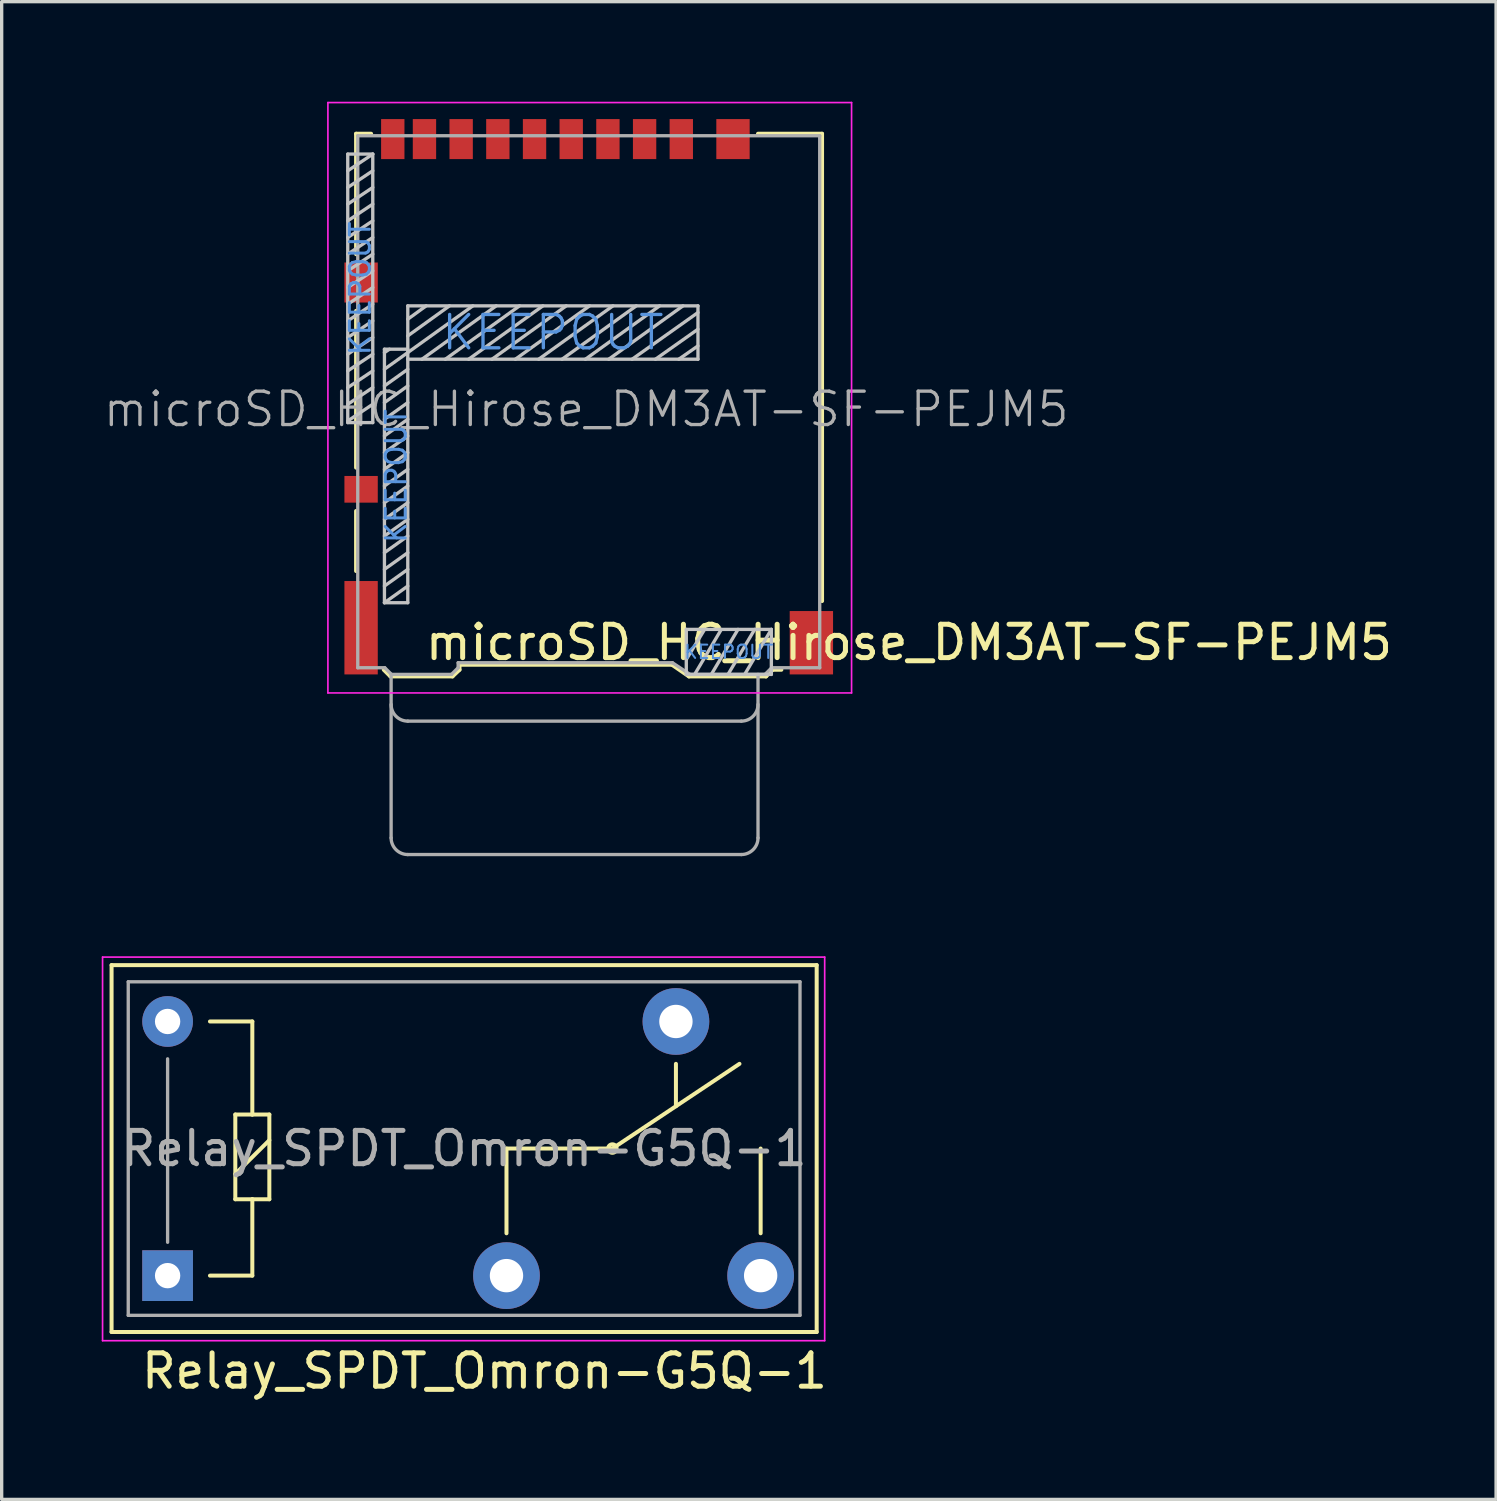
<source format=kicad_pcb>
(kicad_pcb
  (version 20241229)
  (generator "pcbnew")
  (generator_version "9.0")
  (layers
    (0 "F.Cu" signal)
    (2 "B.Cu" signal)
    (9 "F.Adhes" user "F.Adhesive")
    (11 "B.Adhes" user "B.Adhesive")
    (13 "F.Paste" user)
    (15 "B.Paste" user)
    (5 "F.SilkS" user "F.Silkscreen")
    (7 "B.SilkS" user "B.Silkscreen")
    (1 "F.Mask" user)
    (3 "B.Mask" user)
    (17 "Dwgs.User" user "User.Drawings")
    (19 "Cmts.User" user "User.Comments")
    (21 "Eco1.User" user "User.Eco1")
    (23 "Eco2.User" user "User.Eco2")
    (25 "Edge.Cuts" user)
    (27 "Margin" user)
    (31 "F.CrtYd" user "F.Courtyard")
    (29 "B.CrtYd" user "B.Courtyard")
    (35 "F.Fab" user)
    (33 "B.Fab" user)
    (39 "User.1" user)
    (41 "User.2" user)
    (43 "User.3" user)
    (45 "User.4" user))
  (footprint "microSD_HC_Hirose_DM3AT-SF-PEJM5"
    (layer "F.Cu")
    (at 14.601 8.845)
    (property "Reference" "microSD_HC_Hirose_DM3AT-SF-PEJM5" (at 9.601 7.366 0) (layer "F.SilkS") (effects (font (size 1 1) (thickness 0.15))))
    (attr smd)
    (fp_line (start -6.975 -7.885) (end -6.975 -4.275) (stroke (width 0.12) (type solid)) (layer "F.SilkS"))
    (fp_line (start -6.975 -2.575) (end -6.975 2.125) (stroke (width 0.12) (type solid)) (layer "F.SilkS"))
    (fp_line (start -6.975 3.425) (end -6.975 5.225) (stroke (width 0.12) (type solid)) (layer "F.SilkS"))
    (fp_line (start -6.525 -7.885) (end -6.975 -7.885) (stroke (width 0.12) (type solid)) (layer "F.SilkS"))
    (fp_line (start -5.945 8.385) (end -6.145 8.185) (stroke (width 0.12) (type solid)) (layer "F.SilkS"))
    (fp_line (start -5.945 8.385) (end -4.085 8.385) (stroke (width 0.12) (type solid)) (layer "F.SilkS"))
    (fp_line (start -4.085 8.385) (end -3.875 8.185) (stroke (width 0.12) (type solid)) (layer "F.SilkS"))
    (fp_line (start -3.875 8.035) (end -3.875 8.185) (stroke (width 0.12) (type solid)) (layer "F.SilkS"))
    (fp_line (start -3.875 8.035) (end 2.495 8.035) (stroke (width 0.12) (type solid)) (layer "F.SilkS"))
    (fp_line (start 3.005 8.385) (end 2.495 8.035) (stroke (width 0.12) (type solid)) (layer "F.SilkS"))
    (fp_line (start 5.075 -7.885) (end 6.995 -7.885) (stroke (width 0.12) (type solid)) (layer "F.SilkS"))
    (fp_line (start 5.315 8.385) (end 3.005 8.385) (stroke (width 0.12) (type solid)) (layer "F.SilkS"))
    (fp_line (start 5.315 8.385) (end 5.515 8.185) (stroke (width 0.12) (type solid)) (layer "F.SilkS"))
    (fp_line (start 5.515 8.185) (end 5.775 8.185) (stroke (width 0.12) (type solid)) (layer "F.SilkS"))
    (fp_line (start 6.995 -7.885) (end 6.995 6.125) (stroke (width 0.12) (type solid)) (layer "F.SilkS"))
    (fp_line (start -7.225 -7.275) (end -6.475 -7.275) (stroke (width 0.1) (type solid)) (layer "Dwgs.User"))
    (fp_line (start -7.225 0.775) (end -7.225 -7.275) (stroke (width 0.1) (type solid)) (layer "Dwgs.User"))
    (fp_line (start -6.475 -7.275) (end -7.225 -6.775) (stroke (width 0.1) (type solid)) (layer "Dwgs.User"))
    (fp_line (start -6.475 -7.275) (end -6.475 0.775) (stroke (width 0.1) (type solid)) (layer "Dwgs.User"))
    (fp_line (start -6.475 -6.775) (end -7.225 -6.275) (stroke (width 0.1) (type solid)) (layer "Dwgs.User"))
    (fp_line (start -6.475 -6.275) (end -7.225 -5.775) (stroke (width 0.1) (type solid)) (layer "Dwgs.User"))
    (fp_line (start -6.475 -5.775) (end -7.225 -5.275) (stroke (width 0.1) (type solid)) (layer "Dwgs.User"))
    (fp_line (start -6.475 -5.275) (end -7.225 -4.775) (stroke (width 0.1) (type solid)) (layer "Dwgs.User"))
    (fp_line (start -6.475 -4.775) (end -7.225 -4.275) (stroke (width 0.1) (type solid)) (layer "Dwgs.User"))
    (fp_line (start -6.475 -4.275) (end -7.225 -3.775) (stroke (width 0.1) (type solid)) (layer "Dwgs.User"))
    (fp_line (start -6.475 -3.775) (end -7.225 -3.275) (stroke (width 0.1) (type solid)) (layer "Dwgs.User"))
    (fp_line (start -6.475 -3.275) (end -7.225 -2.775) (stroke (width 0.1) (type solid)) (layer "Dwgs.User"))
    (fp_line (start -6.475 -2.775) (end -7.225 -2.275) (stroke (width 0.1) (type solid)) (layer "Dwgs.User"))
    (fp_line (start -6.475 -2.275) (end -7.225 -1.775) (stroke (width 0.1) (type solid)) (layer "Dwgs.User"))
    (fp_line (start -6.475 -1.775) (end -7.225 -1.275) (stroke (width 0.1) (type solid)) (layer "Dwgs.User"))
    (fp_line (start -6.475 -1.275) (end -7.225 -0.775) (stroke (width 0.1) (type solid)) (layer "Dwgs.User"))
    (fp_line (start -6.475 -0.775) (end -7.225 -0.275) (stroke (width 0.1) (type solid)) (layer "Dwgs.User"))
    (fp_line (start -6.475 -0.275) (end -7.225 0.225) (stroke (width 0.1) (type solid)) (layer "Dwgs.User"))
    (fp_line (start -6.475 0.225) (end -7.225 0.725) (stroke (width 0.1) (type solid)) (layer "Dwgs.User"))
    (fp_line (start -6.475 0.775) (end -7.225 0.775) (stroke (width 0.1) (type solid)) (layer "Dwgs.User"))
    (fp_line (start -6.125 -1.425) (end -5.425 -1.425) (stroke (width 0.1) (type solid)) (layer "Dwgs.User"))
    (fp_line (start -6.125 -1.325) (end -5.975 -1.425) (stroke (width 0.1) (type solid)) (layer "Dwgs.User"))
    (fp_line (start -6.125 -0.825) (end -5.425 -1.325) (stroke (width 0.1) (type solid)) (layer "Dwgs.User"))
    (fp_line (start -6.125 -0.325) (end -5.425 -0.825) (stroke (width 0.1) (type solid)) (layer "Dwgs.User"))
    (fp_line (start -6.125 0.175) (end -5.425 -0.325) (stroke (width 0.1) (type solid)) (layer "Dwgs.User"))
    (fp_line (start -6.125 0.675) (end -5.425 0.175) (stroke (width 0.1) (type solid)) (layer "Dwgs.User"))
    (fp_line (start -6.125 1.175) (end -5.425 0.675) (stroke (width 0.1) (type solid)) (layer "Dwgs.User"))
    (fp_line (start -6.125 1.675) (end -5.425 1.175) (stroke (width 0.1) (type solid)) (layer "Dwgs.User"))
    (fp_line (start -6.125 2.175) (end -5.425 1.675) (stroke (width 0.1) (type solid)) (layer "Dwgs.User"))
    (fp_line (start -6.125 2.675) (end -5.425 2.175) (stroke (width 0.1) (type solid)) (layer "Dwgs.User"))
    (fp_line (start -6.125 3.175) (end -5.425 2.675) (stroke (width 0.1) (type solid)) (layer "Dwgs.User"))
    (fp_line (start -6.125 3.675) (end -5.425 3.175) (stroke (width 0.1) (type solid)) (layer "Dwgs.User"))
    (fp_line (start -6.125 4.175) (end -5.425 3.675) (stroke (width 0.1) (type solid)) (layer "Dwgs.User"))
    (fp_line (start -6.125 4.675) (end -5.425 4.175) (stroke (width 0.1) (type solid)) (layer "Dwgs.User"))
    (fp_line (start -6.125 5.175) (end -5.425 4.675) (stroke (width 0.1) (type solid)) (layer "Dwgs.User"))
    (fp_line (start -6.125 5.675) (end -5.425 5.175) (stroke (width 0.1) (type solid)) (layer "Dwgs.User"))
    (fp_line (start -6.125 6.175) (end -6.125 -1.425) (stroke (width 0.1) (type solid)) (layer "Dwgs.User"))
    (fp_line (start -6.125 6.175) (end -5.425 5.675) (stroke (width 0.1) (type solid)) (layer "Dwgs.User"))
    (fp_line (start -5.425 -2.725) (end -5.425 6.175) (stroke (width 0.1) (type solid)) (layer "Dwgs.User"))
    (fp_line (start -5.425 -2.725) (end 3.275 -2.725) (stroke (width 0.1) (type solid)) (layer "Dwgs.User"))
    (fp_line (start -5.425 -1.325) (end -3.475 -2.725) (stroke (width 0.1) (type solid)) (layer "Dwgs.User"))
    (fp_line (start -5.425 6.175) (end -6.125 6.175) (stroke (width 0.1) (type solid)) (layer "Dwgs.User"))
    (fp_line (start -4.875 -2.725) (end -5.425 -2.325) (stroke (width 0.1) (type solid)) (layer "Dwgs.User"))
    (fp_line (start -4.175 -2.725) (end -5.425 -1.825) (stroke (width 0.1) (type solid)) (layer "Dwgs.User"))
    (fp_line (start -2.775 -2.725) (end -5 -1.125) (stroke (width 0.1) (type solid)) (layer "Dwgs.User"))
    (fp_line (start -2.075 -2.725) (end -4.3 -1.125) (stroke (width 0.1) (type solid)) (layer "Dwgs.User"))
    (fp_line (start -1.375 -2.725) (end -3.6 -1.125) (stroke (width 0.1) (type solid)) (layer "Dwgs.User"))
    (fp_line (start -0.675 -2.725) (end -2.9 -1.125) (stroke (width 0.1) (type solid)) (layer "Dwgs.User"))
    (fp_line (start 0.025 -2.725) (end -2.2 -1.125) (stroke (width 0.1) (type solid)) (layer "Dwgs.User"))
    (fp_line (start 0.725 -2.725) (end -1.5 -1.125) (stroke (width 0.1) (type solid)) (layer "Dwgs.User"))
    (fp_line (start 1.425 -2.725) (end -0.8 -1.125) (stroke (width 0.1) (type solid)) (layer "Dwgs.User"))
    (fp_line (start 2.125 -2.725) (end -0.1 -1.125) (stroke (width 0.1) (type solid)) (layer "Dwgs.User"))
    (fp_line (start 2.825 -2.725) (end 0.6 -1.125) (stroke (width 0.1) (type solid)) (layer "Dwgs.User"))
    (fp_line (start 2.925 6.975) (end 5.475 6.975) (stroke (width 0.1) (type solid)) (layer "Dwgs.User"))
    (fp_line (start 2.925 8.325) (end 2.925 6.975) (stroke (width 0.1) (type solid)) (layer "Dwgs.User"))
    (fp_line (start 3.275 -2.725) (end 3.275 -1.125) (stroke (width 0.1) (type solid)) (layer "Dwgs.User"))
    (fp_line (start 3.275 -2.525) (end 1.3 -1.125) (stroke (width 0.1) (type solid)) (layer "Dwgs.User"))
    (fp_line (start 3.275 -2.025) (end 2 -1.125) (stroke (width 0.1) (type solid)) (layer "Dwgs.User"))
    (fp_line (start 3.275 -1.525) (end 2.7 -1.125) (stroke (width 0.1) (type solid)) (layer "Dwgs.User"))
    (fp_line (start 3.275 -1.125) (end -5.425 -1.125) (stroke (width 0.1) (type solid)) (layer "Dwgs.User"))
    (fp_line (start 3.475 6.975) (end 2.925 7.875) (stroke (width 0.1) (type solid)) (layer "Dwgs.User"))
    (fp_line (start 3.975 6.975) (end 3.175 8.325) (stroke (width 0.1) (type solid)) (layer "Dwgs.User"))
    (fp_line (start 4.475 6.975) (end 3.675 8.325) (stroke (width 0.1) (type solid)) (layer "Dwgs.User"))
    (fp_line (start 4.975 6.975) (end 4.175 8.325) (stroke (width 0.1) (type solid)) (layer "Dwgs.User"))
    (fp_line (start 5.475 6.975) (end 4.675 8.325) (stroke (width 0.1) (type solid)) (layer "Dwgs.User"))
    (fp_line (start 5.475 6.975) (end 5.475 8.325) (stroke (width 0.1) (type solid)) (layer "Dwgs.User"))
    (fp_line (start 5.475 8.325) (end 2.925 8.325) (stroke (width 0.1) (type solid)) (layer "Dwgs.User"))
    (fp_line (start -7.82 -8.82) (end 7.88 -8.82) (stroke (width 0.05) (type solid)) (layer "F.CrtYd"))
    (fp_line (start -7.82 8.88) (end -7.82 -8.82) (stroke (width 0.05) (type solid)) (layer "F.CrtYd"))
    (fp_line (start 7.88 -8.82) (end 7.88 8.88) (stroke (width 0.05) (type solid)) (layer "F.CrtYd"))
    (fp_line (start 7.88 8.88) (end -7.82 8.88) (stroke (width 0.05) (type solid)) (layer "F.CrtYd"))
    (fp_line (start -6.925 8.125) (end -6.925 -7.825) (stroke (width 0.1) (type solid)) (layer "F.Fab"))
    (fp_line (start -6.115 8.125) (end -6.925 8.125) (stroke (width 0.1) (type solid)) (layer "F.Fab"))
    (fp_line (start -5.925 8.325) (end -5.925 13.225) (stroke (width 0.1) (type solid)) (layer "F.Fab"))
    (fp_line (start -5.915 8.325) (end -6.115 8.125) (stroke (width 0.1) (type solid)) (layer "F.Fab"))
    (fp_line (start -5.425 9.725) (end 4.575 9.725) (stroke (width 0.1) (type solid)) (layer "F.Fab"))
    (fp_line (start -5.425 13.725) (end 4.575 13.725) (stroke (width 0.1) (type solid)) (layer "F.Fab"))
    (fp_line (start -4.115 8.325) (end -5.915 8.325) (stroke (width 0.1) (type solid)) (layer "F.Fab"))
    (fp_line (start -3.915 8.125) (end -4.115 8.325) (stroke (width 0.1) (type solid)) (layer "F.Fab"))
    (fp_line (start -3.915 8.125) (end -3.915 7.975) (stroke (width 0.1) (type solid)) (layer "F.Fab"))
    (fp_line (start 2.51 7.975) (end -3.915 7.975) (stroke (width 0.1) (type solid)) (layer "F.Fab"))
    (fp_line (start 3.035 8.325) (end 2.51 7.975) (stroke (width 0.1) (type solid)) (layer "F.Fab"))
    (fp_line (start 5.075 13.225) (end 5.075 8.325) (stroke (width 0.1) (type solid)) (layer "F.Fab"))
    (fp_line (start 5.285 8.325) (end 3.035 8.325) (stroke (width 0.1) (type solid)) (layer "F.Fab"))
    (fp_line (start 5.285 8.325) (end 5.485 8.125) (stroke (width 0.1) (type solid)) (layer "F.Fab"))
    (fp_line (start 5.485 8.125) (end 6.925 8.125) (stroke (width 0.1) (type solid)) (layer "F.Fab"))
    (fp_line (start 6.925 -7.825) (end -6.925 -7.825) (stroke (width 0.1) (type solid)) (layer "F.Fab"))
    (fp_line (start 6.925 8.125) (end 6.925 -7.825) (stroke (width 0.1) (type solid)) (layer "F.Fab"))
    (fp_arc (start -5.425 9.725) (mid -5.778553 9.578553) (end -5.925 9.225) (stroke (width 0.1) (type solid)) (layer "F.Fab"))
    (fp_arc (start -5.425 13.725) (mid -5.778553 13.578553) (end -5.925 13.225) (stroke (width 0.1) (type solid)) (layer "F.Fab"))
    (fp_arc (start 5.075 9.225) (mid 4.928553 9.578553) (end 4.575 9.725) (stroke (width 0.1) (type solid)) (layer "F.Fab"))
    (fp_arc (start 5.075 13.225) (mid 4.928553 13.578553) (end 4.575 13.725) (stroke (width 0.1) (type solid)) (layer "F.Fab"))
    (fp_text user "KEEPOUT" (at -1.075 -1.925 0) (layer "Cmts.User") (effects (font (size 1 1) (thickness 0.1))))
    (fp_text user "KEEPOUT" (at -5.775 2.375 90) (layer "Cmts.User") (effects (font (size 0.6 0.6) (thickness 0.09))))
    (fp_text user "KEEPOUT" (at 4.2 7.65 0) (layer "Cmts.User") (effects (font (size 0.4 0.4) (thickness 0.06))))
    (fp_text user "KEEPOUT" (at -6.85 -3.25 90) (layer "Cmts.User") (effects (font (size 0.6 0.6) (thickness 0.09))))
    (fp_text user "${REFERENCE}" (at -0.075 0.375 0) (layer "F.Fab") (effects (font (size 1 1) (thickness 0.1))))
    (pad "1" smd rect (at 2.775 -7.725) (size 0.7 1.2) (layers "F.Cu" "F.Mask" "F.Paste"))
    (pad "2" smd rect (at 1.675 -7.725) (size 0.7 1.2) (layers "F.Cu" "F.Mask" "F.Paste"))
    (pad "3" smd rect (at 0.575 -7.725) (size 0.7 1.2) (layers "F.Cu" "F.Mask" "F.Paste"))
    (pad "4" smd rect (at -0.525 -7.725) (size 0.7 1.2) (layers "F.Cu" "F.Mask" "F.Paste"))
    (pad "5" smd rect (at -1.625 -7.725) (size 0.7 1.2) (layers "F.Cu" "F.Mask" "F.Paste"))
    (pad "6" smd rect (at -2.725 -7.725) (size 0.7 1.2) (layers "F.Cu" "F.Mask" "F.Paste"))
    (pad "7" smd rect (at -3.825 -7.725) (size 0.7 1.2) (layers "F.Cu" "F.Mask" "F.Paste"))
    (pad "8" smd rect (at -4.925 -7.725) (size 0.7 1.2) (layers "F.Cu" "F.Mask" "F.Paste"))
    (pad "9" smd rect (at -5.875 -7.725) (size 0.7 1.2) (layers "F.Cu" "F.Mask" "F.Paste"))
    (pad "10" smd rect (at -6.825 2.775) (size 1 0.8) (layers "F.Cu" "F.Mask" "F.Paste"))
    (pad "11" smd rect (at -6.825 -3.425) (size 1 1.2) (layers "F.Cu" "F.Mask" "F.Paste"))
    (pad "11" smd rect (at -6.825 6.925) (size 1 2.8) (layers "F.Cu" "F.Mask" "F.Paste"))
    (pad "11" smd rect (at 4.325 -7.725) (size 1 1.2) (layers "F.Cu" "F.Mask" "F.Paste"))
    (pad "11" smd rect (at 6.675 7.375) (size 1.3 1.9) (layers "F.Cu" "F.Mask" "F.Paste")))
  (footprint "Relay_SPDT_Omron-G5Q-1"
    (layer "F.Cu")
    (at 1.975 35.195)
    (property "Reference" "Relay_SPDT_Omron-G5Q-1" (at 9.5 2.86 180) (layer "F.SilkS") (effects (font (size 1 1) (thickness 0.15))))
    (attr through_hole)
    (fp_line (start -1.68 -9.31) (end 19.46 -9.31) (stroke (width 0.12) (type solid)) (layer "F.SilkS"))
    (fp_line (start -1.68 1.69) (end -1.68 -9.31) (stroke (width 0.12) (type solid)) (layer "F.SilkS"))
    (fp_line (start -1.68 1.69) (end 19.46 1.69) (stroke (width 0.12) (type solid)) (layer "F.SilkS"))
    (fp_line (start 1.27 0) (end 2.54 0) (stroke (width 0.12) (type solid)) (layer "F.SilkS"))
    (fp_line (start 2.03 -4.83) (end 2.54 -4.83) (stroke (width 0.12) (type solid)) (layer "F.SilkS"))
    (fp_line (start 2.03 -3.05) (end 3.05 -4.06) (stroke (width 0.12) (type solid)) (layer "F.SilkS"))
    (fp_line (start 2.03 -2.29) (end 2.03 -4.83) (stroke (width 0.12) (type solid)) (layer "F.SilkS"))
    (fp_line (start 2.54 -7.62) (end 1.27 -7.62) (stroke (width 0.12) (type solid)) (layer "F.SilkS"))
    (fp_line (start 2.54 -4.83) (end 2.54 -7.62) (stroke (width 0.12) (type solid)) (layer "F.SilkS"))
    (fp_line (start 2.54 -4.83) (end 3.05 -4.83) (stroke (width 0.12) (type solid)) (layer "F.SilkS"))
    (fp_line (start 2.54 -2.29) (end 2.03 -2.29) (stroke (width 0.12) (type solid)) (layer "F.SilkS"))
    (fp_line (start 2.54 0) (end 2.54 -2.29) (stroke (width 0.12) (type solid)) (layer "F.SilkS"))
    (fp_line (start 3.05 -4.83) (end 3.05 -2.29) (stroke (width 0.12) (type solid)) (layer "F.SilkS"))
    (fp_line (start 3.05 -2.29) (end 2.54 -2.29) (stroke (width 0.12) (type solid)) (layer "F.SilkS"))
    (fp_line (start 10.16 -3.81) (end 13.335 -3.81) (stroke (width 0.12) (type solid)) (layer "F.SilkS"))
    (fp_line (start 10.16 -1.27) (end 10.16 -3.81) (stroke (width 0.12) (type solid)) (layer "F.SilkS"))
    (fp_line (start 13.335 -3.81) (end 17.145 -6.35) (stroke (width 0.12) (type solid)) (layer "F.SilkS"))
    (fp_line (start 15.24 -6.35) (end 15.24 -5.08) (stroke (width 0.12) (type solid)) (layer "F.SilkS"))
    (fp_line (start 17.78 -1.27) (end 17.78 -3.81) (stroke (width 0.12) (type solid)) (layer "F.SilkS"))
    (fp_line (start 19.46 1.69) (end 19.46 -9.31) (stroke (width 0.12) (type solid)) (layer "F.SilkS"))
    (fp_circle (center 13.335 -3.81) (end 13.462 -3.81) (stroke (width 0.12) (type solid)) (fill no) (layer "F.SilkS"))
    (fp_line (start -1.95 -9.55) (end 19.7 -9.55) (stroke (width 0.05) (type solid)) (layer "F.CrtYd"))
    (fp_line (start -1.95 1.95) (end -1.95 -9.55) (stroke (width 0.05) (type solid)) (layer "F.CrtYd"))
    (fp_line (start 19.7 -9.55) (end 19.7 1.95) (stroke (width 0.05) (type solid)) (layer "F.CrtYd"))
    (fp_line (start 19.7 1.95) (end -1.95 1.95) (stroke (width 0.05) (type solid)) (layer "F.CrtYd"))
    (fp_line (start -1.18 -8.81) (end 18.96 -8.81) (stroke (width 0.1) (type solid)) (layer "F.Fab"))
    (fp_line (start -1.18 1.19) (end -1.18 -8.81) (stroke (width 0.1) (type solid)) (layer "F.Fab"))
    (fp_line (start 0 -1) (end 0 -6.5) (stroke (width 0.1) (type solid)) (layer "F.Fab"))
    (fp_line (start 18.96 -8.81) (end 18.96 1.19) (stroke (width 0.1) (type solid)) (layer "F.Fab"))
    (fp_line (start 18.96 1.19) (end -1.18 1.19) (stroke (width 0.1) (type solid)) (layer "F.Fab"))
    (fp_text user "${REFERENCE}" (at 8.89 -3.81 0) (layer "F.Fab") (effects (font (size 1 1) (thickness 0.15))))
    (pad "1" thru_hole rect (at 0 0 180) (size 1.52 1.52) (drill 0.76) (layers "*.Cu" "*.Mask"))
    (pad "2" thru_hole circle (at 10.16 0 180) (size 2 2) (drill 1) (layers "*.Cu" "*.Mask"))
    (pad "3" thru_hole circle (at 17.78 0 180) (size 2 2) (drill 1) (layers "*.Cu" "*.Mask"))
    (pad "4" thru_hole circle (at 15.24 -7.62 180) (size 2 2) (drill 1) (layers "*.Cu" "*.Mask"))
    (pad "5" thru_hole circle (at 0 -7.62 180) (size 1.52 1.52) (drill 0.76) (layers "*.Cu" "*.Mask")))
  (gr_rect
    (start -3 -3)
    (end 41.804 41.903)
    (stroke (width 0.1) (type default))
    (fill no)
    (layer "Edge.Cuts")))
</source>
